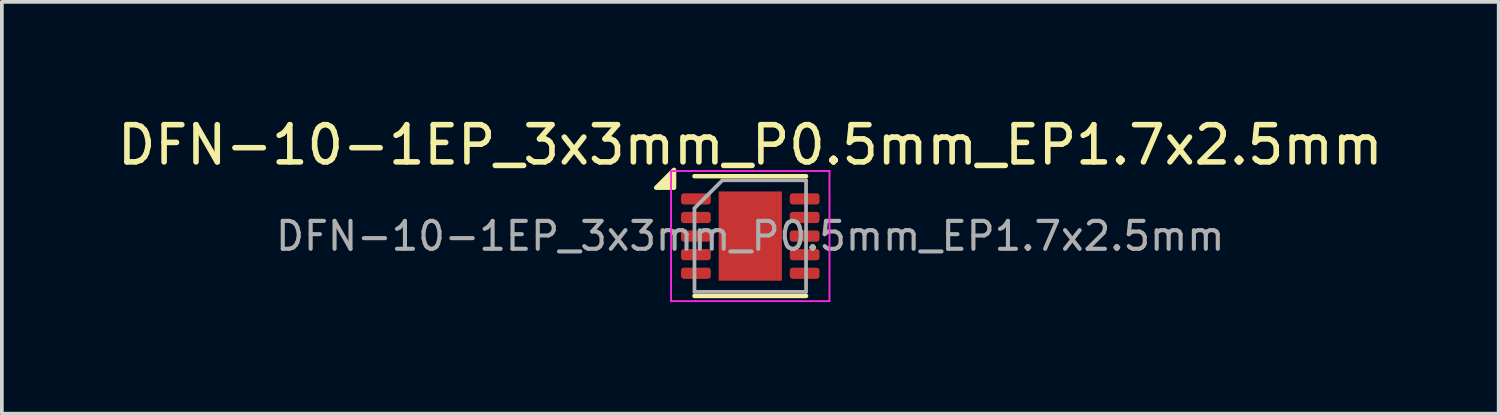
<source format=kicad_pcb>
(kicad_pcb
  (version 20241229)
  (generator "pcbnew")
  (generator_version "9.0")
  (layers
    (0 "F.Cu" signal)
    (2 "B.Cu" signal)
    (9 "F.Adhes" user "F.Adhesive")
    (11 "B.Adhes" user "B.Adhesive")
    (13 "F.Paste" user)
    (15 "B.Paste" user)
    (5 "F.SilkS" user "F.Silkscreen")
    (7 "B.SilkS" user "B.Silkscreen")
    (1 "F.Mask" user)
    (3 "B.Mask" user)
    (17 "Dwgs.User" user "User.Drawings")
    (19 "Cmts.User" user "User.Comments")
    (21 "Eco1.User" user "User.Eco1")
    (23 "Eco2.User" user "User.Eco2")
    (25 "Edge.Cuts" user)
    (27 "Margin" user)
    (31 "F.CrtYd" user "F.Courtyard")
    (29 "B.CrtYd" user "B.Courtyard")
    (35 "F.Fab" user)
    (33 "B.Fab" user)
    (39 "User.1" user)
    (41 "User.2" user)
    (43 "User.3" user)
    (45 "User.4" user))
  (footprint "DFN-10-1EP_3x3mm_P0.5mm_EP1.7x2.5mm"
    (layer "F.Cu")
    (at 17.125 3.298)
    (property "Reference" "DFN-10-1EP_3x3mm_P0.5mm_EP1.7x2.5mm" (at 0 -2.45 0) (layer "F.SilkS") (effects (font (size 1 1) (thickness 0.15))))
    (attr smd)
    (fp_line (start -1.5 -1.61) (end 1.5 -1.61) (stroke (width 0.12) (type solid)) (layer "F.SilkS"))
    (fp_line (start -1.5 1.61) (end 1.5 1.61) (stroke (width 0.12) (type solid)) (layer "F.SilkS"))
    (fp_poly (pts (xy -2.05 -1.3) (xy -2.53 -1.3) (xy -2.05 -1.78) (xy -2.05 -1.3)) (stroke (width 0.12) (type solid)) (fill yes) (layer "F.SilkS"))
    (fp_line (start -2.13 -1.75) (end -2.13 1.75) (stroke (width 0.05) (type solid)) (layer "F.CrtYd"))
    (fp_line (start -2.13 1.75) (end 2.13 1.75) (stroke (width 0.05) (type solid)) (layer "F.CrtYd"))
    (fp_line (start 2.13 -1.75) (end -2.13 -1.75) (stroke (width 0.05) (type solid)) (layer "F.CrtYd"))
    (fp_line (start 2.13 1.75) (end 2.13 -1.75) (stroke (width 0.05) (type solid)) (layer "F.CrtYd"))
    (fp_line (start -1.5 -0.75) (end -0.75 -1.5) (stroke (width 0.1) (type solid)) (layer "F.Fab"))
    (fp_line (start -1.5 1.5) (end -1.5 -0.75) (stroke (width 0.1) (type solid)) (layer "F.Fab"))
    (fp_line (start -0.75 -1.5) (end 1.5 -1.5) (stroke (width 0.1) (type solid)) (layer "F.Fab"))
    (fp_line (start 1.5 -1.5) (end 1.5 1.5) (stroke (width 0.1) (type solid)) (layer "F.Fab"))
    (fp_line (start 1.5 1.5) (end -1.5 1.5) (stroke (width 0.1) (type solid)) (layer "F.Fab"))
    (fp_text user "${REFERENCE}" (at 0 0 0) (layer "F.Fab") (effects (font (size 0.75 0.75) (thickness 0.11))))
    (pad "" smd roundrect (at -0.425 -0.625) (size 0.69 1.01) (layers "F.Paste") (roundrect_rratio 0.25))
    (pad "" smd roundrect (at -0.425 0.625) (size 0.69 1.01) (layers "F.Paste") (roundrect_rratio 0.25))
    (pad "" smd roundrect (at 0.425 -0.625) (size 0.69 1.01) (layers "F.Paste") (roundrect_rratio 0.25))
    (pad "" smd roundrect (at 0.425 0.625) (size 0.69 1.01) (layers "F.Paste") (roundrect_rratio 0.25))
    (pad "1" smd roundrect (at -1.462 -1) (size 0.8 0.3) (layers "F.Cu" "F.Mask" "F.Paste") (roundrect_rratio 0.25))
    (pad "2" smd roundrect (at -1.462 -0.5) (size 0.8 0.3) (layers "F.Cu" "F.Mask" "F.Paste") (roundrect_rratio 0.25))
    (pad "3" smd roundrect (at -1.462 0) (size 0.8 0.3) (layers "F.Cu" "F.Mask" "F.Paste") (roundrect_rratio 0.25))
    (pad "4" smd roundrect (at -1.462 0.5) (size 0.8 0.3) (layers "F.Cu" "F.Mask" "F.Paste") (roundrect_rratio 0.25))
    (pad "5" smd roundrect (at -1.462 1) (size 0.8 0.3) (layers "F.Cu" "F.Mask" "F.Paste") (roundrect_rratio 0.25))
    (pad "6" smd roundrect (at 1.462 1) (size 0.8 0.3) (layers "F.Cu" "F.Mask" "F.Paste") (roundrect_rratio 0.25))
    (pad "7" smd roundrect (at 1.462 0.5) (size 0.8 0.3) (layers "F.Cu" "F.Mask" "F.Paste") (roundrect_rratio 0.25))
    (pad "8" smd roundrect (at 1.462 0) (size 0.8 0.3) (layers "F.Cu" "F.Mask" "F.Paste") (roundrect_rratio 0.25))
    (pad "9" smd roundrect (at 1.462 -0.5) (size 0.8 0.3) (layers "F.Cu" "F.Mask" "F.Paste") (roundrect_rratio 0.25))
    (pad "10" smd roundrect (at 1.462 -1) (size 0.8 0.3) (layers "F.Cu" "F.Mask" "F.Paste") (roundrect_rratio 0.25))
    (pad "11" smd rect (at 0 0) (size 1.7 2.4) (property pad_prop_heatsink) (layers "F.Cu" "F.Mask")))
  (gr_rect
    (start -3 -3)
    (end 37.25 8.073)
    (stroke (width 0.1) (type default))
    (fill no)
    (layer "Edge.Cuts")))
</source>
